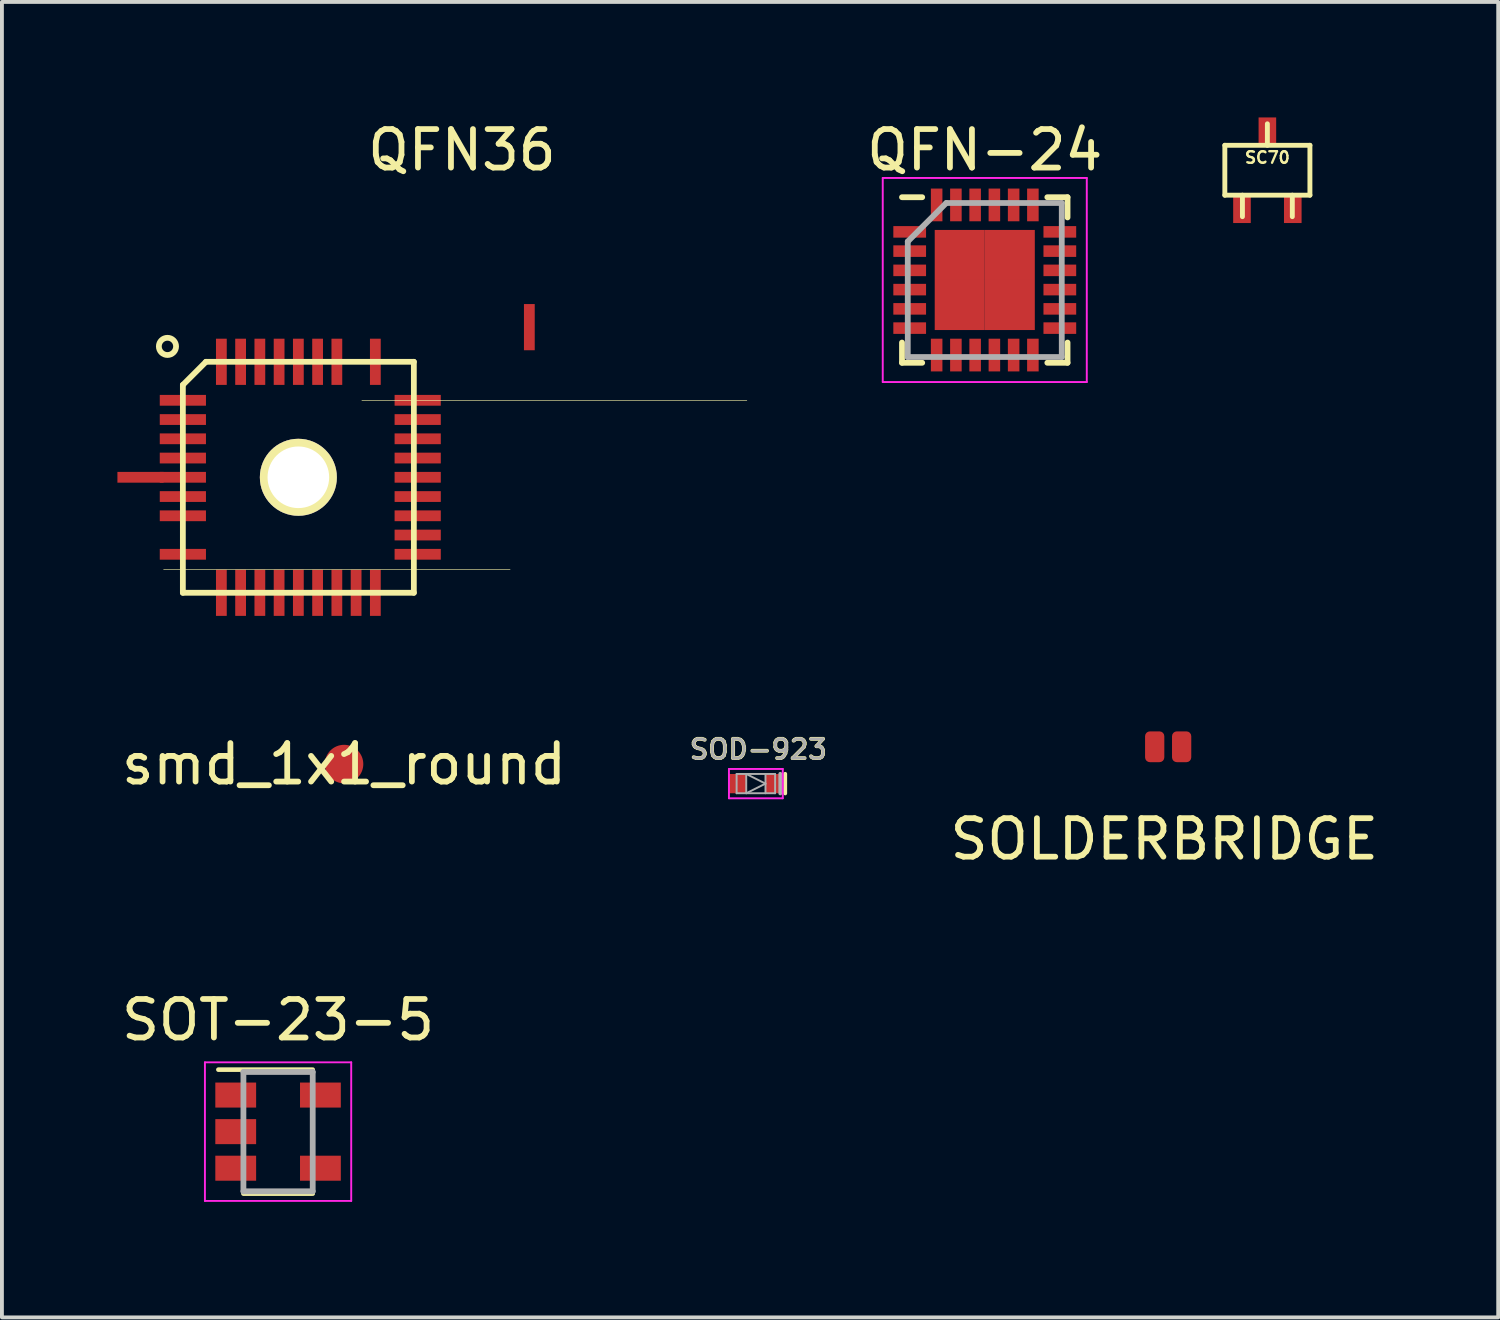
<source format=kicad_pcb>
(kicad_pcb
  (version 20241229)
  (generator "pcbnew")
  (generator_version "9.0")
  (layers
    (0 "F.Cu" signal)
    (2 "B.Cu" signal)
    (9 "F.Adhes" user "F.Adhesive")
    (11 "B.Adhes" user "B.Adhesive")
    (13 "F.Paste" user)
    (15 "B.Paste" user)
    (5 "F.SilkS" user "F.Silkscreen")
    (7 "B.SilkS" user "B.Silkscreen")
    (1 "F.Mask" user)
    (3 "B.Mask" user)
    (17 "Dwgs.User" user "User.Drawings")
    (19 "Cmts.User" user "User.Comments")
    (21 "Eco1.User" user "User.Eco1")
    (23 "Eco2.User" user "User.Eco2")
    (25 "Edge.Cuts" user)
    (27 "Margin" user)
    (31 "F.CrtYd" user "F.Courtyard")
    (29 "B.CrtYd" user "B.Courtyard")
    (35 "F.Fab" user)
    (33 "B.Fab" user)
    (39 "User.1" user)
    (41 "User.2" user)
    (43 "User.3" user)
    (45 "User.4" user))
  (footprint "smd_1x1_round"
    (layer "F.Cu")
    (at 5.887 16.797)
    (property "Reference" "smd_1x1_round" (at 0 0 0) (layer "F.SilkS") (effects (font (size 1 1) (thickness 0.15))))
    (attr through_hole)
    (pad "1" smd oval (at 0 0) (size 1 1) (layers "F.Cu" "F.Mask")))
  (footprint "QFN36"
    (layer "F.Cu")
    (at 4.7 9.348)
    (property "Reference" "QFN36" (at 4.25 -8.5 0) (layer "F.SilkS") (effects (font (size 1 1) (thickness 0.15))))
    (attr through_hole)
    (fp_line (start -3.5 2.4) (end 5.5 2.4) (stroke (width 0.015) (type solid)) (layer "F.SilkS"))
    (fp_line (start -3 -2.4) (end -2.4 -3) (stroke (width 0.15) (type solid)) (layer "F.SilkS"))
    (fp_line (start -3 3) (end -3 -2.4) (stroke (width 0.15) (type solid)) (layer "F.SilkS"))
    (fp_line (start -2.4 -3) (end 3 -3) (stroke (width 0.15) (type solid)) (layer "F.SilkS"))
    (fp_line (start 1.65 -2) (end 11.65 -2) (stroke (width 0.015) (type solid)) (layer "F.SilkS"))
    (fp_line (start 3 -3) (end 3 3) (stroke (width 0.15) (type solid)) (layer "F.SilkS"))
    (fp_line (start 3 3) (end -3 3) (stroke (width 0.15) (type solid)) (layer "F.SilkS"))
    (fp_circle (center -3.4 -3.4) (end -3.2 -3.3) (stroke (width 0.15) (type solid)) (fill no) (layer "F.SilkS"))
    (pad "1" smd rect (at -3 -2) (size 1.2 0.28) (layers "F.Cu" "F.Mask" "F.Paste"))
    (pad "2" smd rect (at -3 -1.5) (size 1.2 0.28) (layers "F.Cu" "F.Mask" "F.Paste"))
    (pad "3" smd rect (at -3 -1) (size 1.2 0.28) (layers "F.Cu" "F.Mask" "F.Paste"))
    (pad "4" smd rect (at -3 -0.5) (size 1.2 0.28) (layers "F.Cu" "F.Mask" "F.Paste"))
    (pad "5" smd rect (at -3 0) (size 1.2 0.28) (layers "F.Cu" "F.Mask" "F.Paste"))
    (pad "6" smd rect (at -3 0.5) (size 1.2 0.28) (layers "F.Cu" "F.Mask" "F.Paste"))
    (pad "7" smd rect (at -3 1) (size 1.2 0.28) (layers "F.Cu" "F.Mask" "F.Paste"))
    (pad "8" smd rect (at -4.1 0) (size 1.2 0.28) (layers "F.Cu" "F.Mask" "F.Paste"))
    (pad "9" smd rect (at -3 2) (size 1.2 0.28) (layers "F.Cu" "F.Mask" "F.Paste"))
    (pad "10" smd rect (at -2 3 90) (size 1.2 0.28) (layers "F.Cu" "F.Mask" "F.Paste"))
    (pad "11" smd rect (at -1.5 3 90) (size 1.2 0.28) (layers "F.Cu" "F.Mask" "F.Paste"))
    (pad "12" smd rect (at -1 3 90) (size 1.2 0.28) (layers "F.Cu" "F.Mask" "F.Paste"))
    (pad "13" smd rect (at -0.5 3 90) (size 1.2 0.28) (layers "F.Cu" "F.Mask" "F.Paste"))
    (pad "14" smd rect (at 0 3 90) (size 1.2 0.28) (layers "F.Cu" "F.Mask" "F.Paste"))
    (pad "15" smd rect (at 0.5 3 90) (size 1.2 0.28) (layers "F.Cu" "F.Mask" "F.Paste"))
    (pad "16" smd rect (at 1 3 90) (size 1.2 0.28) (layers "F.Cu" "F.Mask" "F.Paste"))
    (pad "17" smd rect (at 1.5 3 90) (size 1.2 0.28) (layers "F.Cu" "F.Mask" "F.Paste"))
    (pad "18" smd rect (at 2 3 90) (size 1.2 0.28) (layers "F.Cu" "F.Mask" "F.Paste"))
    (pad "19" smd rect (at 3.1 2) (size 1.2 0.28) (layers "F.Cu" "F.Mask" "F.Paste"))
    (pad "20" smd rect (at 3.1 1.5) (size 1.2 0.28) (layers "F.Cu" "F.Mask" "F.Paste"))
    (pad "21" smd rect (at 3.1 1) (size 1.2 0.28) (layers "F.Cu" "F.Mask" "F.Paste"))
    (pad "22" smd rect (at 3.1 0.5) (size 1.2 0.28) (layers "F.Cu" "F.Mask" "F.Paste"))
    (pad "23" smd rect (at 3.1 0) (size 1.2 0.28) (layers "F.Cu" "F.Mask" "F.Paste"))
    (pad "24" smd rect (at 3.1 -0.5) (size 1.2 0.28) (layers "F.Cu" "F.Mask" "F.Paste"))
    (pad "25" smd rect (at 3.1 -1) (size 1.2 0.28) (layers "F.Cu" "F.Mask" "F.Paste"))
    (pad "26" smd rect (at 3.1 -1.5) (size 1.2 0.28) (layers "F.Cu" "F.Mask" "F.Paste"))
    (pad "27" smd rect (at 3.1 -2) (size 1.2 0.28) (layers "F.Cu" "F.Mask" "F.Paste"))
    (pad "28" smd rect (at 2 -3 90) (size 1.2 0.28) (layers "F.Cu" "F.Mask" "F.Paste"))
    (pad "29" smd rect (at 6 -3.9 90) (size 1.2 0.28) (layers "F.Cu" "F.Mask" "F.Paste"))
    (pad "30" smd rect (at 1 -3 90) (size 1.2 0.28) (layers "F.Cu" "F.Mask" "F.Paste"))
    (pad "31" smd rect (at 0.5 -3 90) (size 1.2 0.28) (layers "F.Cu" "F.Mask" "F.Paste"))
    (pad "32" smd rect (at 0 -3 90) (size 1.2 0.28) (layers "F.Cu" "F.Mask" "F.Paste"))
    (pad "33" smd rect (at -0.5 -3 90) (size 1.2 0.28) (layers "F.Cu" "F.Mask" "F.Paste"))
    (pad "34" smd rect (at -1 -3 90) (size 1.2 0.28) (layers "F.Cu" "F.Mask" "F.Paste"))
    (pad "35" smd rect (at -1.5 -3 90) (size 1.2 0.28) (layers "F.Cu" "F.Mask" "F.Paste"))
    (pad "36" smd rect (at -2 -3 90) (size 1.2 0.28) (layers "F.Cu" "F.Mask" "F.Paste"))
    (pad "GND" thru_hole circle (at 0 0 90) (size 2 2) (drill 1.6) (layers "*.Cu" "*.Mask" "F.SilkS")))
  (footprint "SOLDERBRIDGE"
    (layer "F.Cu")
    (at 27.294 16.348)
    (property "Reference" "SOLDERBRIDGE" (at -0.1 2.4 0) (layer "F.SilkS") (effects (font (size 1 1) (thickness 0.15))))
    (attr through_hole)
    (pad "1" smd roundrect (at -0.35 0) (size 0.5 0.8) (layers "F.Cu" "F.Mask") (roundrect_rratio 0.25))
    (pad "2" smd roundrect (at 0.35 0) (size 0.5 0.8) (layers "F.Cu" "F.Mask") (roundrect_rratio 0.25)))
  (footprint "SOD-923"
    (layer "F.Cu")
    (at 16.584 17.305)
    (property "Reference" "SOD-923" (at 0.064 -0.889 0) (layer "F.SilkS") (effects (font (size 0.5 0.5) (thickness 0.1))))
    (attr smd)
    (fp_line (start 0.762 -0.254) (end 0.762 0.254) (stroke (width 0.1) (type solid)) (layer "F.SilkS"))
    (fp_line (start -0.699 -0.381) (end 0.699 -0.381) (stroke (width 0.05) (type solid)) (layer "F.CrtYd"))
    (fp_line (start -0.699 0.381) (end -0.699 -0.381) (stroke (width 0.05) (type solid)) (layer "F.CrtYd"))
    (fp_line (start 0.699 -0.381) (end 0.699 0.381) (stroke (width 0.05) (type solid)) (layer "F.CrtYd"))
    (fp_line (start 0.699 0.381) (end -0.699 0.381) (stroke (width 0.05) (type solid)) (layer "F.CrtYd"))
    (fp_line (start -0.5 -0.25) (end 0.5 -0.25) (stroke (width 0.05) (type solid)) (layer "F.Fab"))
    (fp_line (start -0.5 0.25) (end -0.5 -0.25) (stroke (width 0.05) (type solid)) (layer "F.Fab"))
    (fp_line (start -0.25 -0.25) (end -0.25 0.25) (stroke (width 0.05) (type solid)) (layer "F.Fab"))
    (fp_line (start -0.25 -0.25) (end 0.25 0) (stroke (width 0.05) (type solid)) (layer "F.Fab"))
    (fp_line (start 0.25 -0.25) (end 0.25 0.25) (stroke (width 0.05) (type solid)) (layer "F.Fab"))
    (fp_line (start 0.25 0) (end -0.25 0.25) (stroke (width 0.05) (type solid)) (layer "F.Fab"))
    (fp_line (start 0.5 -0.25) (end 0.5 0.25) (stroke (width 0.05) (type solid)) (layer "F.Fab"))
    (fp_line (start 0.5 0.25) (end -0.5 0.25) (stroke (width 0.05) (type solid)) (layer "F.Fab"))
    (fp_line (start 0.635 -0.254) (end 0.635 0.254) (stroke (width 0.1) (type solid)) (layer "F.Fab"))
    (fp_text user "${REFERENCE}" (at 0.064 -0.889 0) (layer "F.Fab") (effects (font (size 0.5 0.5) (thickness 0.075))))
    (pad "A" smd rect (at -0.48 0) (size 0.48 0.5) (layers "F.Cu" "F.Mask" "F.Paste"))
    (pad "C" smd rect (at 0.48 0) (size 0.48 0.5) (layers "F.Cu" "F.Mask" "F.Paste")))
  (footprint "SOT-23-5"
    (layer "F.Cu")
    (at 4.173 26.345)
    (property "Reference" "SOT-23-5" (at 0 -2.9 0) (layer "F.SilkS") (effects (font (size 1 1) (thickness 0.15))))
    (attr smd)
    (fp_line (start -0.9 1.61) (end 0.9 1.61) (stroke (width 0.12) (type solid)) (layer "F.SilkS"))
    (fp_line (start 0.9 -1.61) (end -1.55 -1.61) (stroke (width 0.12) (type solid)) (layer "F.SilkS"))
    (fp_line (start -1.9 -1.8) (end 1.9 -1.8) (stroke (width 0.05) (type solid)) (layer "F.CrtYd"))
    (fp_line (start -1.9 1.8) (end -1.9 -1.8) (stroke (width 0.05) (type solid)) (layer "F.CrtYd"))
    (fp_line (start 1.9 -1.8) (end 1.9 1.8) (stroke (width 0.05) (type solid)) (layer "F.CrtYd"))
    (fp_line (start 1.9 1.8) (end -1.9 1.8) (stroke (width 0.05) (type solid)) (layer "F.CrtYd"))
    (fp_line (start -0.9 -1.55) (end -0.9 1.55) (stroke (width 0.15) (type solid)) (layer "F.Fab"))
    (fp_line (start 0.9 -1.55) (end -0.9 -1.55) (stroke (width 0.15) (type solid)) (layer "F.Fab"))
    (fp_line (start 0.9 -1.55) (end 0.9 1.55) (stroke (width 0.15) (type solid)) (layer "F.Fab"))
    (fp_line (start 0.9 1.55) (end -0.9 1.55) (stroke (width 0.15) (type solid)) (layer "F.Fab"))
    (pad "1" smd rect (at -1.1 -0.95) (size 1.06 0.65) (layers "F.Cu" "F.Mask" "F.Paste"))
    (pad "2" smd rect (at -1.1 0) (size 1.06 0.65) (layers "F.Cu" "F.Mask" "F.Paste"))
    (pad "3" smd rect (at -1.1 0.95) (size 1.06 0.65) (layers "F.Cu" "F.Mask" "F.Paste"))
    (pad "4" smd rect (at 1.1 0.95) (size 1.06 0.65) (layers "F.Cu" "F.Mask" "F.Paste"))
    (pad "5" smd rect (at 1.1 -0.95) (size 1.06 0.65) (layers "F.Cu" "F.Mask" "F.Paste")))
  (footprint "QFN-24"
    (layer "F.Cu")
    (at 22.53 4.223)
    (property "Reference" "QFN-24" (at 0 -3.375 0) (layer "F.SilkS") (effects (font (size 1 1) (thickness 0.15))))
    (attr smd)
    (fp_line (start -2.15 -2.15) (end -1.625 -2.15) (stroke (width 0.15) (type solid)) (layer "F.SilkS"))
    (fp_line (start -2.15 2.15) (end -2.15 1.625) (stroke (width 0.15) (type solid)) (layer "F.SilkS"))
    (fp_line (start -2.15 2.15) (end -1.625 2.15) (stroke (width 0.15) (type solid)) (layer "F.SilkS"))
    (fp_line (start 2.15 -2.15) (end 1.625 -2.15) (stroke (width 0.15) (type solid)) (layer "F.SilkS"))
    (fp_line (start 2.15 -2.15) (end 2.15 -1.625) (stroke (width 0.15) (type solid)) (layer "F.SilkS"))
    (fp_line (start 2.15 2.15) (end 1.625 2.15) (stroke (width 0.15) (type solid)) (layer "F.SilkS"))
    (fp_line (start 2.15 2.15) (end 2.15 1.625) (stroke (width 0.15) (type solid)) (layer "F.SilkS"))
    (fp_line (start -2.65 -2.65) (end -2.65 2.65) (stroke (width 0.05) (type solid)) (layer "F.CrtYd"))
    (fp_line (start -2.65 -2.65) (end 2.65 -2.65) (stroke (width 0.05) (type solid)) (layer "F.CrtYd"))
    (fp_line (start -2.65 2.65) (end 2.65 2.65) (stroke (width 0.05) (type solid)) (layer "F.CrtYd"))
    (fp_line (start 2.65 -2.65) (end 2.65 2.65) (stroke (width 0.05) (type solid)) (layer "F.CrtYd"))
    (fp_line (start -2 -1) (end -1 -2) (stroke (width 0.15) (type solid)) (layer "F.Fab"))
    (fp_line (start -2 2) (end -2 -1) (stroke (width 0.15) (type solid)) (layer "F.Fab"))
    (fp_line (start -1 -2) (end 2 -2) (stroke (width 0.15) (type solid)) (layer "F.Fab"))
    (fp_line (start 2 -2) (end 2 2) (stroke (width 0.15) (type solid)) (layer "F.Fab"))
    (fp_line (start 2 2) (end -2 2) (stroke (width 0.15) (type solid)) (layer "F.Fab"))
    (pad "1" smd rect (at -1.95 -1.25) (size 0.85 0.3) (layers "F.Cu" "F.Mask" "F.Paste"))
    (pad "1" smd rect (at -0.65 -0.65) (size 1.3 1.3) (layers "F.Cu" "F.Mask" "F.Paste"))
    (pad "1" smd rect (at -0.65 0.65) (size 1.3 1.3) (layers "F.Cu" "F.Mask" "F.Paste"))
    (pad "1" smd rect (at 0.65 -0.65) (size 1.3 1.3) (layers "F.Cu" "F.Mask" "F.Paste"))
    (pad "1" smd rect (at 0.65 0.65) (size 1.3 1.3) (layers "F.Cu" "F.Mask" "F.Paste"))
    (pad "2" smd rect (at -1.95 -0.75) (size 0.85 0.3) (layers "F.Cu" "F.Mask" "F.Paste"))
    (pad "3" smd rect (at -1.95 -0.25) (size 0.85 0.3) (layers "F.Cu" "F.Mask" "F.Paste"))
    (pad "4" smd rect (at -1.95 0.25) (size 0.85 0.3) (layers "F.Cu" "F.Mask" "F.Paste"))
    (pad "5" smd rect (at -1.95 0.75) (size 0.85 0.3) (layers "F.Cu" "F.Mask" "F.Paste"))
    (pad "6" smd rect (at -1.95 1.25) (size 0.85 0.3) (layers "F.Cu" "F.Mask" "F.Paste"))
    (pad "7" smd rect (at -1.25 1.95 90) (size 0.85 0.3) (layers "F.Cu" "F.Mask" "F.Paste"))
    (pad "8" smd rect (at -0.75 1.95 90) (size 0.85 0.3) (layers "F.Cu" "F.Mask" "F.Paste"))
    (pad "9" smd rect (at -0.25 1.95 90) (size 0.85 0.3) (layers "F.Cu" "F.Mask" "F.Paste"))
    (pad "10" smd rect (at 0.25 1.95 90) (size 0.85 0.3) (layers "F.Cu" "F.Mask" "F.Paste"))
    (pad "11" smd rect (at 0.75 1.95 90) (size 0.85 0.3) (layers "F.Cu" "F.Mask" "F.Paste"))
    (pad "12" smd rect (at 1.25 1.95 90) (size 0.85 0.3) (layers "F.Cu" "F.Mask" "F.Paste"))
    (pad "13" smd rect (at 1.95 1.25) (size 0.85 0.3) (layers "F.Cu" "F.Mask" "F.Paste"))
    (pad "14" smd rect (at 1.95 0.75) (size 0.85 0.3) (layers "F.Cu" "F.Mask" "F.Paste"))
    (pad "15" smd rect (at 1.95 0.25) (size 0.85 0.3) (layers "F.Cu" "F.Mask" "F.Paste"))
    (pad "16" smd rect (at 1.95 -0.25) (size 0.85 0.3) (layers "F.Cu" "F.Mask" "F.Paste"))
    (pad "17" smd rect (at 1.95 -0.75) (size 0.85 0.3) (layers "F.Cu" "F.Mask" "F.Paste"))
    (pad "18" smd rect (at 1.95 -1.25) (size 0.85 0.3) (layers "F.Cu" "F.Mask" "F.Paste"))
    (pad "19" smd rect (at 1.25 -1.95 90) (size 0.85 0.3) (layers "F.Cu" "F.Mask" "F.Paste"))
    (pad "20" smd rect (at 0.75 -1.95 90) (size 0.85 0.3) (layers "F.Cu" "F.Mask" "F.Paste"))
    (pad "21" smd rect (at 0.25 -1.95 90) (size 0.85 0.3) (layers "F.Cu" "F.Mask" "F.Paste"))
    (pad "22" smd rect (at -0.25 -1.95 90) (size 0.85 0.3) (layers "F.Cu" "F.Mask" "F.Paste"))
    (pad "23" smd rect (at -0.75 -1.95 90) (size 0.85 0.3) (layers "F.Cu" "F.Mask" "F.Paste"))
    (pad "24" smd rect (at -1.25 -1.95 90) (size 0.85 0.3) (layers "F.Cu" "F.Mask" "F.Paste")))
  (footprint "SC70"
    (layer "F.Cu")
    (at 29.871 1.372)
    (property "Reference" "SC70" (at 0 -0.33 0) (layer "F.SilkS") (effects (font (size 0.3 0.3) (thickness 0.061))))
    (attr through_hole)
    (fp_line (start -1.105 -0.648) (end 1.105 -0.648) (stroke (width 0.127) (type solid)) (layer "F.SilkS"))
    (fp_line (start -1.105 0.648) (end -1.105 -0.648) (stroke (width 0.127) (type solid)) (layer "F.SilkS"))
    (fp_line (start -0.648 0.648) (end -0.648 1.206) (stroke (width 0.127) (type solid)) (layer "F.SilkS"))
    (fp_line (start 0 -0.648) (end 0 -1.206) (stroke (width 0.127) (type solid)) (layer "F.SilkS"))
    (fp_line (start 0.648 0.648) (end 0.648 1.206) (stroke (width 0.127) (type solid)) (layer "F.SilkS"))
    (fp_line (start 1.105 -0.648) (end 1.105 0.648) (stroke (width 0.127) (type solid)) (layer "F.SilkS"))
    (fp_line (start 1.105 0.648) (end -1.105 0.648) (stroke (width 0.127) (type solid)) (layer "F.SilkS"))
    (pad "1" smd rect (at -0.66 1.016) (size 0.457 0.711) (layers "F.Cu" "F.Mask" "F.Paste"))
    (pad "2" smd rect (at 0 -1.016) (size 0.457 0.711) (layers "F.Cu" "F.Mask" "F.Paste"))
    (pad "3" smd rect (at 0.66 1.016) (size 0.457 0.711) (layers "F.Cu" "F.Mask" "F.Paste")))
  (gr_rect
    (start -3 -3)
    (end 35.867 31.17)
    (stroke (width 0.1) (type default))
    (fill no)
    (layer "Edge.Cuts")))
</source>
